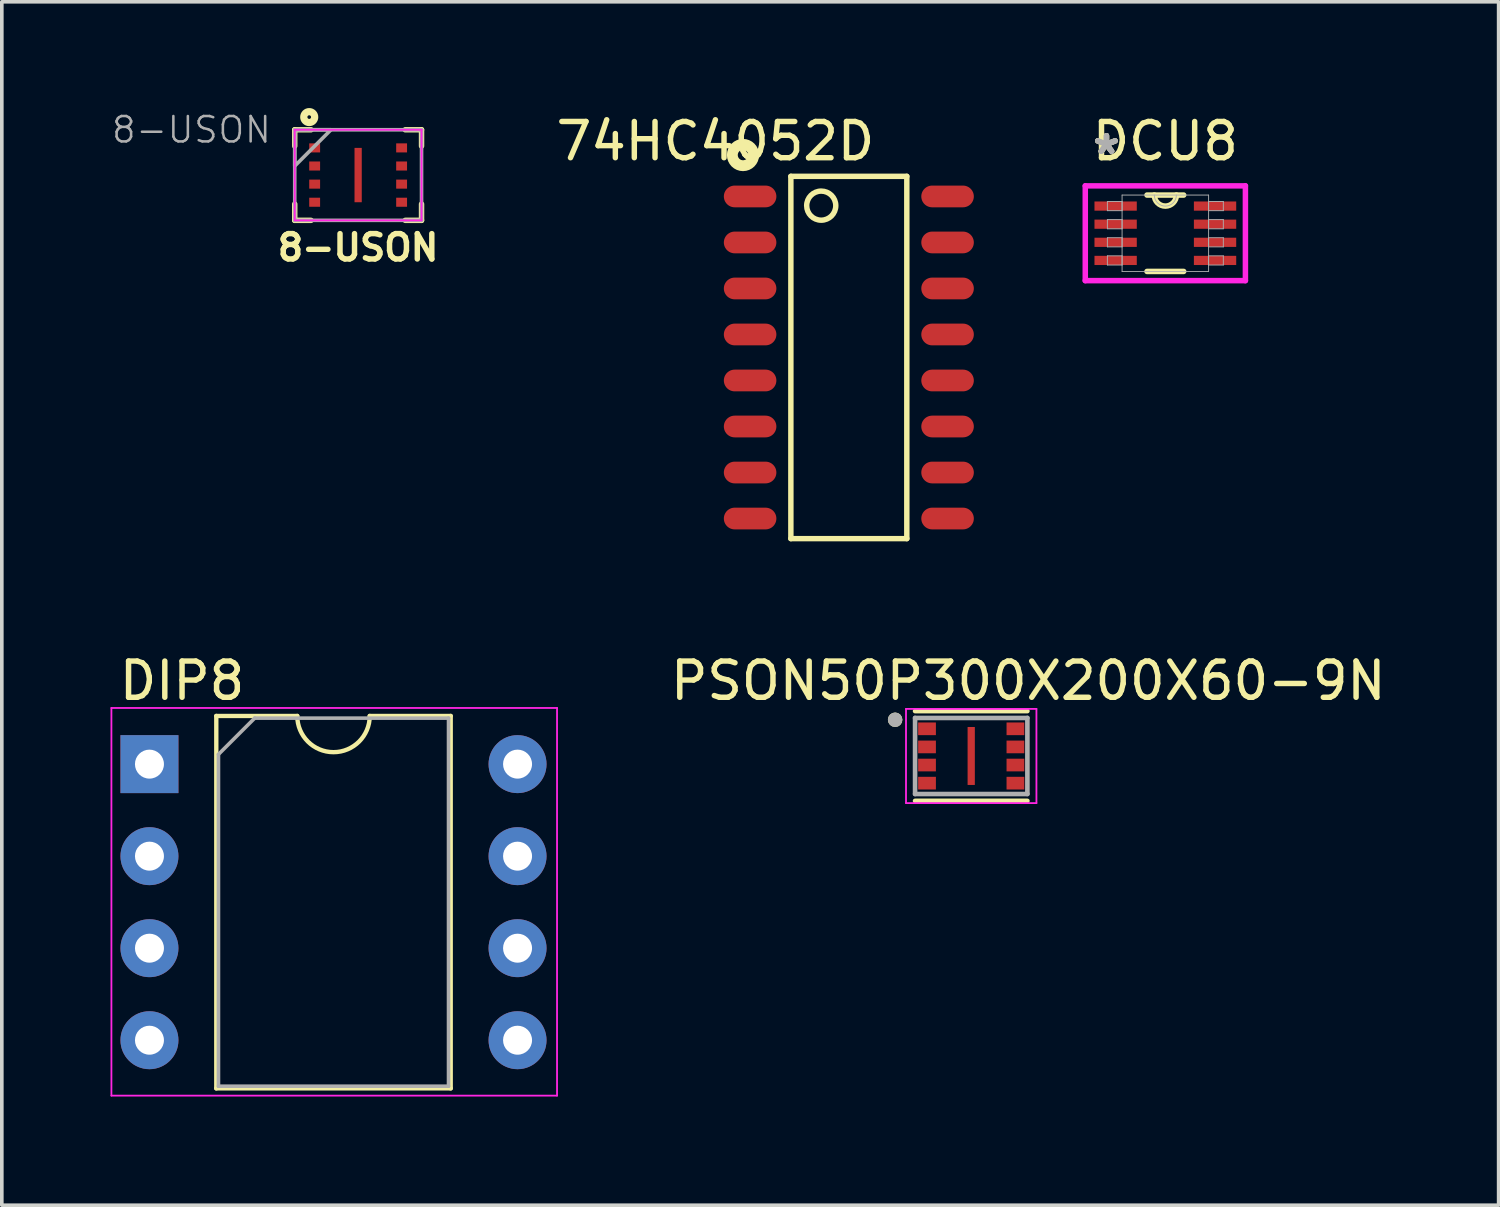
<source format=kicad_pcb>
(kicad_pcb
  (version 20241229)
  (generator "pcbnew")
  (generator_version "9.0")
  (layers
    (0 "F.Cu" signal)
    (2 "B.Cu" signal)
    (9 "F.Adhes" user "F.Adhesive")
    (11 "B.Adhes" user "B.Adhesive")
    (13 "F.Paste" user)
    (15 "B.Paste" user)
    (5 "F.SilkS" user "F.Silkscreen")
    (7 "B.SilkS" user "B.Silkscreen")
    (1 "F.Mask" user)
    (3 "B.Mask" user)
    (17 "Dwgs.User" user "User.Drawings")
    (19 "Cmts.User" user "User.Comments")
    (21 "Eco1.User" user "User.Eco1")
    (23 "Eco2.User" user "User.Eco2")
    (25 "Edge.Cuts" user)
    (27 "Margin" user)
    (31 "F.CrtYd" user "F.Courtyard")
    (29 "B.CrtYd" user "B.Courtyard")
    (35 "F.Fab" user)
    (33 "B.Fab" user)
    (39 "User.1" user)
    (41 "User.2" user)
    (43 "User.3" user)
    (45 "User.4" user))
  (footprint "8-USON"
    (layer "F.Cu")
    (at 6.835 1.782)
    (property "Reference" "8-USON" (at 0 2 0) (layer "F.SilkS") (effects (font (size 0.7 0.7) (thickness 0.15))))
    (attr through_hole)
    (fp_line (start -1.75 -1.25) (end -1.75 -0.8) (stroke (width 0.15) (type solid)) (layer "F.SilkS"))
    (fp_line (start -1.75 -1.25) (end -1.3 -1.25) (stroke (width 0.15) (type solid)) (layer "F.SilkS"))
    (fp_line (start -1.75 1.25) (end -1.75 0.8) (stroke (width 0.15) (type solid)) (layer "F.SilkS"))
    (fp_line (start -1.75 1.25) (end -1.3 1.25) (stroke (width 0.15) (type solid)) (layer "F.SilkS"))
    (fp_line (start 1.75 -1.25) (end 1.3 -1.25) (stroke (width 0.15) (type solid)) (layer "F.SilkS"))
    (fp_line (start 1.75 -1.25) (end 1.75 -0.8) (stroke (width 0.15) (type solid)) (layer "F.SilkS"))
    (fp_line (start 1.75 1.25) (end 1.3 1.25) (stroke (width 0.15) (type solid)) (layer "F.SilkS"))
    (fp_line (start 1.75 1.25) (end 1.75 0.8) (stroke (width 0.15) (type solid)) (layer "F.SilkS"))
    (fp_circle (center -1.35 -1.6) (end -1.3 -1.6) (stroke (width 0.2) (type solid)) (fill no) (layer "F.SilkS"))
    (fp_line (start -1.75 -1.25) (end 1.75 -1.25) (stroke (width 0.05) (type solid)) (layer "F.CrtYd"))
    (fp_line (start -1.75 1.25) (end -1.75 -1.25) (stroke (width 0.05) (type solid)) (layer "F.CrtYd"))
    (fp_line (start 1.75 -1.25) (end 1.75 1.25) (stroke (width 0.05) (type solid)) (layer "F.CrtYd"))
    (fp_line (start 1.75 1.25) (end -1.75 1.25) (stroke (width 0.05) (type solid)) (layer "F.CrtYd"))
    (fp_line (start -1.75 -1.25) (end 1.75 -1.25) (stroke (width 0.1) (type solid)) (layer "F.Fab"))
    (fp_line (start -1.75 1.25) (end -1.75 -1.25) (stroke (width 0.1) (type solid)) (layer "F.Fab"))
    (fp_line (start 1.75 -1.25) (end 1.75 1.25) (stroke (width 0.1) (type solid)) (layer "F.Fab"))
    (fp_line (start 1.75 1.25) (end -1.75 1.25) (stroke (width 0.1) (type solid)) (layer "F.Fab"))
    (fp_poly (pts (xy -1.75 -1.25) (xy -1.75 -0.25) (xy -0.75 -1.25)) (stroke (width 0.1) (type solid)) (fill no) (layer "F.Fab"))
    (fp_text user "${REFERENCE}" (at -4.6 -1.25 0) (layer "F.Fab") (effects (font (size 0.7 0.7) (thickness 0.07))))
    (pad "1" smd rect (at -1.2 -0.75) (size 0.3 0.25) (layers "F.Cu" "F.Mask" "F.Paste"))
    (pad "2" smd rect (at -1.2 -0.25) (size 0.3 0.25) (layers "F.Cu" "F.Mask" "F.Paste"))
    (pad "3" smd rect (at -1.2 0.25) (size 0.3 0.25) (layers "F.Cu" "F.Mask" "F.Paste"))
    (pad "4" smd rect (at -1.2 0.75) (size 0.3 0.25) (layers "F.Cu" "F.Mask" "F.Paste"))
    (pad "5" smd rect (at 1.2 0.75) (size 0.3 0.25) (layers "F.Cu" "F.Mask" "F.Paste"))
    (pad "6" smd rect (at 1.2 0.25) (size 0.3 0.25) (layers "F.Cu" "F.Mask" "F.Paste"))
    (pad "7" smd rect (at 1.2 -0.25) (size 0.3 0.25) (layers "F.Cu" "F.Mask" "F.Paste"))
    (pad "8" smd rect (at 1.2 -0.75) (size 0.3 0.25) (layers "F.Cu" "F.Mask" "F.Paste"))
    (pad "9" smd rect (at 0 0) (size 0.2 1.5) (layers "F.Cu" "F.Mask" "F.Paste")))
  (footprint "PSON50P300X200X60-9N"
    (layer "F.Cu")
    (at 23.757 17.816)
    (property "Reference" "PSON50P300X200X60-9N" (at 1.575 -2.075 0) (layer "F.SilkS") (effects (font (size 1 1) (thickness 0.15))))
    (attr smd)
    (fp_line (start -1.55 -1.239) (end 1.55 -1.239) (stroke (width 0.127) (type solid)) (layer "F.SilkS"))
    (fp_line (start -1.55 1.239) (end 1.55 1.239) (stroke (width 0.127) (type solid)) (layer "F.SilkS"))
    (fp_circle (center -2.1 -1) (end -2 -1) (stroke (width 0.2) (type solid)) (fill no) (layer "F.SilkS"))
    (fp_line (start -1.8 -1.3) (end 1.8 -1.3) (stroke (width 0.05) (type solid)) (layer "F.CrtYd"))
    (fp_line (start -1.8 1.3) (end -1.8 -1.3) (stroke (width 0.05) (type solid)) (layer "F.CrtYd"))
    (fp_line (start 1.8 -1.3) (end 1.8 1.3) (stroke (width 0.05) (type solid)) (layer "F.CrtYd"))
    (fp_line (start 1.8 1.3) (end -1.8 1.3) (stroke (width 0.05) (type solid)) (layer "F.CrtYd"))
    (fp_line (start -1.55 -1.05) (end 1.55 -1.05) (stroke (width 0.127) (type solid)) (layer "F.Fab"))
    (fp_line (start -1.55 1.05) (end -1.55 -1.05) (stroke (width 0.127) (type solid)) (layer "F.Fab"))
    (fp_line (start 1.55 -1.05) (end 1.55 1.05) (stroke (width 0.127) (type solid)) (layer "F.Fab"))
    (fp_line (start 1.55 1.05) (end -1.55 1.05) (stroke (width 0.127) (type solid)) (layer "F.Fab"))
    (fp_circle (center -2.1 -1) (end -2 -1) (stroke (width 0.2) (type solid)) (fill no) (layer "F.Fab"))
    (pad "1" smd rect (at -1.22 -0.75) (size 0.49 0.35) (layers "F.Cu" "F.Mask" "F.Paste"))
    (pad "2" smd rect (at -1.22 -0.25) (size 0.49 0.35) (layers "F.Cu" "F.Mask" "F.Paste"))
    (pad "3" smd rect (at -1.22 0.25) (size 0.49 0.35) (layers "F.Cu" "F.Mask" "F.Paste"))
    (pad "4" smd rect (at -1.22 0.75) (size 0.49 0.35) (layers "F.Cu" "F.Mask" "F.Paste"))
    (pad "5" smd rect (at 1.22 0.75 180) (size 0.49 0.35) (layers "F.Cu" "F.Mask" "F.Paste"))
    (pad "6" smd rect (at 1.22 0.25 180) (size 0.49 0.35) (layers "F.Cu" "F.Mask" "F.Paste"))
    (pad "7" smd rect (at 1.22 -0.25 180) (size 0.49 0.35) (layers "F.Cu" "F.Mask" "F.Paste"))
    (pad "8" smd rect (at 1.22 -0.75 180) (size 0.49 0.35) (layers "F.Cu" "F.Mask" "F.Paste"))
    (pad "9" smd rect (at 0 0) (size 0.2 1.6) (layers "F.Cu" "F.Mask" "F.Paste")))
  (footprint "DCU8"
    (layer "F.Cu")
    (at 29.115 3.388)
    (property "Reference" "DCU8" (at 0 -2.54 0) (unlocked yes) (layer "F.SilkS") (effects (font (size 1 1) (thickness 0.15))))
    (attr smd)
    (fp_line (start -0.506 1.054) (end 0.506 1.054) (stroke (width 0.152) (type solid)) (layer "F.SilkS"))
    (fp_line (start 0.506 -1.054) (end -0.506 -1.054) (stroke (width 0.152) (type solid)) (layer "F.SilkS"))
    (fp_arc (start 0.3048 -1.0541) (mid 0 -0.7493) (end -0.3048 -1.0541) (stroke (width 0.1524) (type solid)) (layer "F.SilkS"))
    (fp_line (start -2.21 -1.308) (end 2.21 -1.308) (stroke (width 0.152) (type solid)) (layer "F.CrtYd"))
    (fp_line (start -2.21 1.308) (end -2.21 -1.308) (stroke (width 0.152) (type solid)) (layer "F.CrtYd"))
    (fp_line (start 2.21 -1.308) (end 2.21 1.308) (stroke (width 0.152) (type solid)) (layer "F.CrtYd"))
    (fp_line (start 2.21 1.308) (end -2.21 1.308) (stroke (width 0.152) (type solid)) (layer "F.CrtYd"))
    (fp_line (start -1.6 -0.877) (end -1.6 -0.623) (stroke (width 0.025) (type solid)) (layer "F.Fab"))
    (fp_line (start -1.6 -0.623) (end -1.194 -0.623) (stroke (width 0.025) (type solid)) (layer "F.Fab"))
    (fp_line (start -1.6 -0.377) (end -1.6 -0.123) (stroke (width 0.025) (type solid)) (layer "F.Fab"))
    (fp_line (start -1.6 -0.123) (end -1.194 -0.123) (stroke (width 0.025) (type solid)) (layer "F.Fab"))
    (fp_line (start -1.6 0.123) (end -1.6 0.377) (stroke (width 0.025) (type solid)) (layer "F.Fab"))
    (fp_line (start -1.6 0.377) (end -1.194 0.377) (stroke (width 0.025) (type solid)) (layer "F.Fab"))
    (fp_line (start -1.6 0.623) (end -1.6 0.877) (stroke (width 0.025) (type solid)) (layer "F.Fab"))
    (fp_line (start -1.6 0.877) (end -1.194 0.877) (stroke (width 0.025) (type solid)) (layer "F.Fab"))
    (fp_line (start -1.194 -1.054) (end -1.194 1.054) (stroke (width 0.025) (type solid)) (layer "F.Fab"))
    (fp_line (start -1.194 -0.877) (end -1.6 -0.877) (stroke (width 0.025) (type solid)) (layer "F.Fab"))
    (fp_line (start -1.194 -0.623) (end -1.194 -0.877) (stroke (width 0.025) (type solid)) (layer "F.Fab"))
    (fp_line (start -1.194 -0.377) (end -1.6 -0.377) (stroke (width 0.025) (type solid)) (layer "F.Fab"))
    (fp_line (start -1.194 -0.123) (end -1.194 -0.377) (stroke (width 0.025) (type solid)) (layer "F.Fab"))
    (fp_line (start -1.194 0.123) (end -1.6 0.123) (stroke (width 0.025) (type solid)) (layer "F.Fab"))
    (fp_line (start -1.194 0.377) (end -1.194 0.123) (stroke (width 0.025) (type solid)) (layer "F.Fab"))
    (fp_line (start -1.194 0.623) (end -1.6 0.623) (stroke (width 0.025) (type solid)) (layer "F.Fab"))
    (fp_line (start -1.194 0.877) (end -1.194 0.623) (stroke (width 0.025) (type solid)) (layer "F.Fab"))
    (fp_line (start -1.194 1.054) (end 1.194 1.054) (stroke (width 0.025) (type solid)) (layer "F.Fab"))
    (fp_line (start 1.194 -1.054) (end -1.194 -1.054) (stroke (width 0.025) (type solid)) (layer "F.Fab"))
    (fp_line (start 1.194 -0.877) (end 1.194 -0.623) (stroke (width 0.025) (type solid)) (layer "F.Fab"))
    (fp_line (start 1.194 -0.623) (end 1.6 -0.623) (stroke (width 0.025) (type solid)) (layer "F.Fab"))
    (fp_line (start 1.194 -0.377) (end 1.194 -0.123) (stroke (width 0.025) (type solid)) (layer "F.Fab"))
    (fp_line (start 1.194 -0.123) (end 1.6 -0.123) (stroke (width 0.025) (type solid)) (layer "F.Fab"))
    (fp_line (start 1.194 0.123) (end 1.194 0.377) (stroke (width 0.025) (type solid)) (layer "F.Fab"))
    (fp_line (start 1.194 0.377) (end 1.6 0.377) (stroke (width 0.025) (type solid)) (layer "F.Fab"))
    (fp_line (start 1.194 0.623) (end 1.194 0.877) (stroke (width 0.025) (type solid)) (layer "F.Fab"))
    (fp_line (start 1.194 0.877) (end 1.6 0.877) (stroke (width 0.025) (type solid)) (layer "F.Fab"))
    (fp_line (start 1.194 1.054) (end 1.194 -1.054) (stroke (width 0.025) (type solid)) (layer "F.Fab"))
    (fp_line (start 1.6 -0.877) (end 1.194 -0.877) (stroke (width 0.025) (type solid)) (layer "F.Fab"))
    (fp_line (start 1.6 -0.623) (end 1.6 -0.877) (stroke (width 0.025) (type solid)) (layer "F.Fab"))
    (fp_line (start 1.6 -0.377) (end 1.194 -0.377) (stroke (width 0.025) (type solid)) (layer "F.Fab"))
    (fp_line (start 1.6 -0.123) (end 1.6 -0.377) (stroke (width 0.025) (type solid)) (layer "F.Fab"))
    (fp_line (start 1.6 0.123) (end 1.194 0.123) (stroke (width 0.025) (type solid)) (layer "F.Fab"))
    (fp_line (start 1.6 0.377) (end 1.6 0.123) (stroke (width 0.025) (type solid)) (layer "F.Fab"))
    (fp_line (start 1.6 0.623) (end 1.194 0.623) (stroke (width 0.025) (type solid)) (layer "F.Fab"))
    (fp_line (start 1.6 0.877) (end 1.6 0.623) (stroke (width 0.025) (type solid)) (layer "F.Fab"))
    (fp_arc (start 0.3048 -1.0541) (mid 0 -0.7493) (end -0.3048 -1.0541) (stroke (width 0.0254) (type solid)) (layer "F.Fab"))
    (fp_text user "*" (at -1.626 -2.147 0) (unlocked yes) (layer "F.SilkS") (effects (font (size 1 1) (thickness 0.15))))
    (fp_text user "*" (at -1.626 -2.147 0) (layer "F.SilkS") (effects (font (size 1 1) (thickness 0.15))))
    (fp_text user "*" (at -1.626 -2.147 0) (layer "F.Fab") (effects (font (size 1 1) (thickness 0.15))))
    (fp_text user "*" (at -1.626 -2.147 0) (unlocked yes) (layer "F.Fab") (effects (font (size 1 1) (thickness 0.15))))
    (pad "1" smd rect (at -1.372 -0.75) (size 1.168 0.254) (layers "F.Cu" "F.Mask" "F.Paste"))
    (pad "2" smd rect (at -1.372 -0.25) (size 1.168 0.254) (layers "F.Cu" "F.Mask" "F.Paste"))
    (pad "3" smd rect (at -1.372 0.25) (size 1.168 0.254) (layers "F.Cu" "F.Mask" "F.Paste"))
    (pad "4" smd rect (at -1.372 0.75) (size 1.168 0.254) (layers "F.Cu" "F.Mask" "F.Paste"))
    (pad "5" smd rect (at 1.372 0.75) (size 1.168 0.254) (layers "F.Cu" "F.Mask" "F.Paste"))
    (pad "6" smd rect (at 1.372 0.25) (size 1.168 0.254) (layers "F.Cu" "F.Mask" "F.Paste"))
    (pad "7" smd rect (at 1.372 -0.25) (size 1.168 0.254) (layers "F.Cu" "F.Mask" "F.Paste"))
    (pad "8" smd rect (at 1.372 -0.75) (size 1.168 0.254) (layers "F.Cu" "F.Mask" "F.Paste")))
  (footprint "DIP8"
    (layer "F.Cu")
    (at 1.075 18.041)
    (property "Reference" "DIP8" (at 0.9 -2.3 0) (layer "F.SilkS") (effects (font (size 1 1) (thickness 0.15))))
    (attr through_hole)
    (fp_line (start 1.845 -1.33) (end 1.845 8.95) (stroke (width 0.12) (type solid)) (layer "F.SilkS"))
    (fp_line (start 1.845 8.95) (end 8.315 8.95) (stroke (width 0.12) (type solid)) (layer "F.SilkS"))
    (fp_line (start 4.08 -1.33) (end 1.845 -1.33) (stroke (width 0.12) (type solid)) (layer "F.SilkS"))
    (fp_line (start 8.315 -1.33) (end 6.08 -1.33) (stroke (width 0.12) (type solid)) (layer "F.SilkS"))
    (fp_line (start 8.315 8.95) (end 8.315 -1.33) (stroke (width 0.12) (type solid)) (layer "F.SilkS"))
    (fp_arc (start 6.08 -1.33) (mid 5.08 -0.33) (end 4.08 -1.33) (stroke (width 0.12) (type solid)) (layer "F.SilkS"))
    (fp_line (start -1.05 -1.55) (end -1.05 9.15) (stroke (width 0.05) (type solid)) (layer "F.CrtYd"))
    (fp_line (start -1.05 9.15) (end 11.25 9.15) (stroke (width 0.05) (type solid)) (layer "F.CrtYd"))
    (fp_line (start 11.25 -1.55) (end -1.05 -1.55) (stroke (width 0.05) (type solid)) (layer "F.CrtYd"))
    (fp_line (start 11.25 9.15) (end 11.25 -1.55) (stroke (width 0.05) (type solid)) (layer "F.CrtYd"))
    (fp_line (start 1.905 -0.27) (end 2.905 -1.27) (stroke (width 0.1) (type solid)) (layer "F.Fab"))
    (fp_line (start 1.905 8.89) (end 1.905 -0.27) (stroke (width 0.1) (type solid)) (layer "F.Fab"))
    (fp_line (start 2.905 -1.27) (end 8.255 -1.27) (stroke (width 0.1) (type solid)) (layer "F.Fab"))
    (fp_line (start 8.255 -1.27) (end 8.255 8.89) (stroke (width 0.1) (type solid)) (layer "F.Fab"))
    (fp_line (start 8.255 8.89) (end 1.905 8.89) (stroke (width 0.1) (type solid)) (layer "F.Fab"))
    (pad "1" thru_hole rect (at 0 0) (size 1.6 1.6) (drill 0.8) (layers "*.Cu" "*.Mask"))
    (pad "2" thru_hole oval (at 0 2.54) (size 1.6 1.6) (drill 0.8) (layers "*.Cu" "*.Mask"))
    (pad "3" thru_hole oval (at 0 5.08) (size 1.6 1.6) (drill 0.8) (layers "*.Cu" "*.Mask"))
    (pad "4" thru_hole oval (at 0 7.62) (size 1.6 1.6) (drill 0.8) (layers "*.Cu" "*.Mask"))
    (pad "5" thru_hole oval (at 10.16 7.62) (size 1.6 1.6) (drill 0.8) (layers "*.Cu" "*.Mask"))
    (pad "6" thru_hole oval (at 10.16 5.08) (size 1.6 1.6) (drill 0.8) (layers "*.Cu" "*.Mask"))
    (pad "7" thru_hole oval (at 10.16 2.54) (size 1.6 1.6) (drill 0.8) (layers "*.Cu" "*.Mask"))
    (pad "8" thru_hole oval (at 10.16 0) (size 1.6 1.6) (drill 0.8) (layers "*.Cu" "*.Mask")))
  (footprint "74HC4052D"
    (layer "F.Cu")
    (at 20.379 6.817)
    (property "Reference" "74HC4052D" (at -3.683 -5.969 0) (layer "F.SilkS") (effects (font (size 1 1) (thickness 0.15))))
    (attr through_hole)
    (fp_line (start -1.6 -5) (end -1.6 5) (stroke (width 0.15) (type solid)) (layer "F.SilkS"))
    (fp_line (start -1.6 -5) (end 1.6 -5) (stroke (width 0.15) (type solid)) (layer "F.SilkS"))
    (fp_line (start -1.6 5) (end 1.6 5) (stroke (width 0.15) (type solid)) (layer "F.SilkS"))
    (fp_line (start 1.6 -5) (end 1.6 5) (stroke (width 0.15) (type solid)) (layer "F.SilkS"))
    (fp_circle (center -2.921 -5.588) (end -2.99 -5.461) (stroke (width 0.3) (type solid)) (fill no) (layer "F.SilkS"))
    (fp_circle (center -0.762 -4.191) (end -0.635 -3.81) (stroke (width 0.15) (type solid)) (fill no) (layer "F.SilkS"))
    (pad "1" smd oval (at -2.725 -4.445) (size 1.45 0.6) (layers "F.Cu" "F.Mask" "F.Paste"))
    (pad "2" smd oval (at -2.725 -3.175) (size 1.45 0.6) (layers "F.Cu" "F.Mask" "F.Paste"))
    (pad "3" smd oval (at -2.725 -1.905) (size 1.45 0.6) (layers "F.Cu" "F.Mask" "F.Paste"))
    (pad "4" smd oval (at -2.725 -0.635) (size 1.45 0.6) (layers "F.Cu" "F.Mask" "F.Paste"))
    (pad "5" smd oval (at -2.725 0.635) (size 1.45 0.6) (layers "F.Cu" "F.Mask" "F.Paste"))
    (pad "6" smd oval (at -2.725 1.905) (size 1.45 0.6) (layers "F.Cu" "F.Mask" "F.Paste"))
    (pad "7" smd oval (at -2.725 3.175) (size 1.45 0.6) (layers "F.Cu" "F.Mask" "F.Paste"))
    (pad "8" smd oval (at -2.725 4.445) (size 1.45 0.6) (layers "F.Cu" "F.Mask" "F.Paste"))
    (pad "9" smd oval (at 2.725 4.445) (size 1.45 0.6) (layers "F.Cu" "F.Mask" "F.Paste"))
    (pad "10" smd oval (at 2.725 3.175) (size 1.45 0.6) (layers "F.Cu" "F.Mask" "F.Paste"))
    (pad "11" smd oval (at 2.725 1.905) (size 1.45 0.6) (layers "F.Cu" "F.Mask" "F.Paste"))
    (pad "12" smd oval (at 2.725 0.635) (size 1.45 0.6) (layers "F.Cu" "F.Mask" "F.Paste"))
    (pad "13" smd oval (at 2.725 -0.635) (size 1.45 0.6) (layers "F.Cu" "F.Mask" "F.Paste"))
    (pad "14" smd oval (at 2.725 -1.905) (size 1.45 0.6) (layers "F.Cu" "F.Mask" "F.Paste"))
    (pad "15" smd oval (at 2.725 -3.175) (size 1.45 0.6) (layers "F.Cu" "F.Mask" "F.Paste"))
    (pad "16" smd oval (at 2.725 -4.445) (size 1.45 0.6) (layers "F.Cu" "F.Mask" "F.Paste")))
  (gr_rect
    (start -3 -3)
    (end 38.314 30.215)
    (stroke (width 0.1) (type default))
    (fill no)
    (layer "Edge.Cuts")))
</source>
